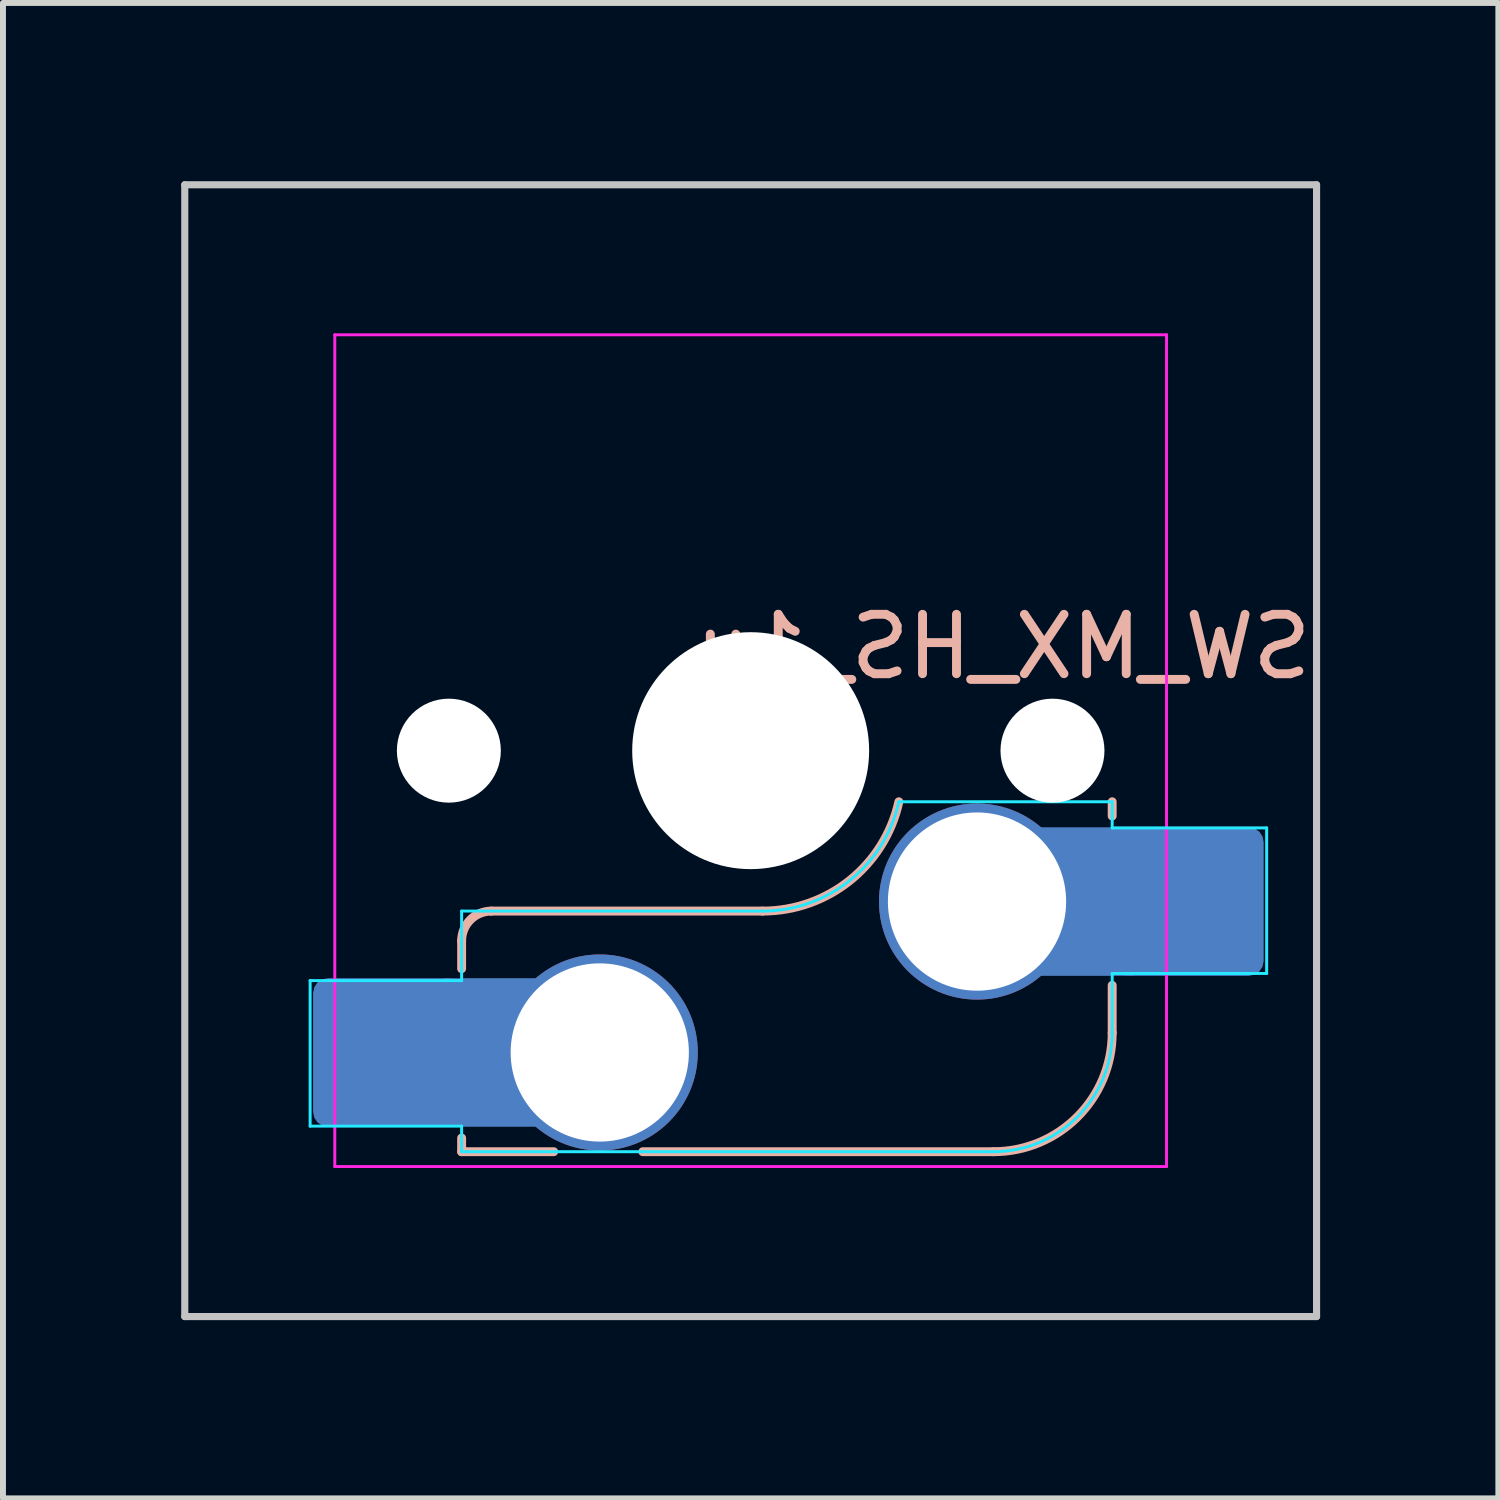
<source format=kicad_pcb>
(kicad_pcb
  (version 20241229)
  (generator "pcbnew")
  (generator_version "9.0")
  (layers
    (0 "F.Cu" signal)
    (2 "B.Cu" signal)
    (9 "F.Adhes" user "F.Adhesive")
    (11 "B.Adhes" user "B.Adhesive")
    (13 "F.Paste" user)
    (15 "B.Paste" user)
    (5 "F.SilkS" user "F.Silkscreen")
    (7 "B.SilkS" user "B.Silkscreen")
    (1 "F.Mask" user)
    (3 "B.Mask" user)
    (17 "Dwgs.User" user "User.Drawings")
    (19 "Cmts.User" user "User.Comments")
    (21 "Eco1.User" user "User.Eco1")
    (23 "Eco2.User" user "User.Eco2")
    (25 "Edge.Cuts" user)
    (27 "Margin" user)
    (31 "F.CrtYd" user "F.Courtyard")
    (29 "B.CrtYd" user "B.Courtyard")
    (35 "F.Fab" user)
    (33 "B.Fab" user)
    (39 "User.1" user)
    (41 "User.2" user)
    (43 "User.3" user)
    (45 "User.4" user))
  (footprint "SW_MX_HS_1u"
    (layer "F.Cu")
    (at 9.585 9.585)
    (property "Reference" "SW_MX_HS_1u" (at 4.25 -1.75 0) (layer "B.SilkS") (effects (font (size 1 1) (thickness 0.15)) (justify mirror)))
    (attr smd)
    (fp_line (start -4.865 3.67) (end -4.865 3.2) (stroke (width 0.15) (type solid)) (layer "B.SilkS"))
    (fp_line (start -4.865 6.75) (end -4.865 6.52) (stroke (width 0.15) (type solid)) (layer "B.SilkS"))
    (fp_line (start -4.365 2.7) (end 0.2 2.7) (stroke (width 0.15) (type solid)) (layer "B.SilkS"))
    (fp_line (start -3.315 6.75) (end -4.865 6.75) (stroke (width 0.15) (type solid)) (layer "B.SilkS"))
    (fp_line (start 4.085 6.75) (end -1.815 6.75) (stroke (width 0.15) (type solid)) (layer "B.SilkS"))
    (fp_line (start 6.085 1.1) (end 6.085 0.86) (stroke (width 0.15) (type solid)) (layer "B.SilkS"))
    (fp_line (start 6.085 3.95) (end 6.085 4.75) (stroke (width 0.15) (type solid)) (layer "B.SilkS"))
    (fp_arc (start -4.864824 3.20022) (mid -4.718377 2.846667) (end -4.364824 2.70022) (stroke (width 0.15) (type solid)) (layer "B.SilkS"))
    (fp_arc (start 2.494322 0.86022) (mid 1.670693 2.183637) (end 0.2 2.70022) (stroke (width 0.15) (type solid)) (layer "B.SilkS"))
    (fp_arc (start 6.085176 4.75022) (mid 5.49939 6.164434) (end 4.085176 6.75022) (stroke (width 0.15) (type solid)) (layer "B.SilkS"))
    (fp_line (start -9.525 -9.525) (end 9.525 -9.525) (stroke (width 0.12) (type solid)) (layer "Dwgs.User"))
    (fp_line (start -9.525 9.525) (end -9.525 -9.525) (stroke (width 0.12) (type solid)) (layer "Dwgs.User"))
    (fp_line (start 9.525 -9.525) (end 9.525 9.525) (stroke (width 0.12) (type solid)) (layer "Dwgs.User"))
    (fp_line (start 9.525 9.525) (end -9.525 9.525) (stroke (width 0.12) (type solid)) (layer "Dwgs.User"))
    (fp_line (start -7 6.5) (end -7 -6.5) (stroke (width 0.05) (type solid)) (layer "Eco2.User"))
    (fp_line (start -6.5 -7) (end 6.5 -7) (stroke (width 0.05) (type solid)) (layer "Eco2.User"))
    (fp_line (start 6.5 7) (end -6.5 7) (stroke (width 0.05) (type solid)) (layer "Eco2.User"))
    (fp_line (start 7 -6.5) (end 7 6.5) (stroke (width 0.05) (type solid)) (layer "Eco2.User"))
    (fp_arc (start -6.997236 -6.498884) (mid -6.850789 -6.852437) (end -6.497236 -6.998884) (stroke (width 0.05) (type solid)) (layer "Eco2.User"))
    (fp_arc (start -6.5 7) (mid -6.853553 6.853553) (end -7 6.5) (stroke (width 0.05) (type solid)) (layer "Eco2.User"))
    (fp_arc (start 6.5 -7) (mid 6.853553 -6.853553) (end 7 -6.5) (stroke (width 0.05) (type solid)) (layer "Eco2.User"))
    (fp_arc (start 7 6.5) (mid 6.853553 6.853553) (end 6.5 7) (stroke (width 0.05) (type solid)) (layer "Eco2.User"))
    (fp_line (start -7.415 3.87) (end -7.415 6.32) (stroke (width 0.05) (type solid)) (layer "B.CrtYd"))
    (fp_line (start -7.415 6.32) (end -4.865 6.32) (stroke (width 0.05) (type solid)) (layer "B.CrtYd"))
    (fp_line (start -4.865 2.7) (end 0.2 2.7) (stroke (width 0.05) (type solid)) (layer "B.CrtYd"))
    (fp_line (start -4.865 3.87) (end -7.415 3.87) (stroke (width 0.05) (type solid)) (layer "B.CrtYd"))
    (fp_line (start -4.865 3.87) (end -4.865 2.7) (stroke (width 0.05) (type solid)) (layer "B.CrtYd"))
    (fp_line (start -4.865 6.75) (end -4.865 6.32) (stroke (width 0.05) (type solid)) (layer "B.CrtYd"))
    (fp_line (start 4.085 6.75) (end -4.865 6.75) (stroke (width 0.05) (type solid)) (layer "B.CrtYd"))
    (fp_line (start 6.085 0.86) (end 2.494 0.86) (stroke (width 0.05) (type solid)) (layer "B.CrtYd"))
    (fp_line (start 6.085 1.3) (end 6.085 0.86) (stroke (width 0.05) (type solid)) (layer "B.CrtYd"))
    (fp_line (start 6.085 3.75) (end 6.085 4.75) (stroke (width 0.05) (type solid)) (layer "B.CrtYd"))
    (fp_line (start 6.085 3.75) (end 8.685 3.75) (stroke (width 0.05) (type solid)) (layer "B.CrtYd"))
    (fp_line (start 8.685 1.3) (end 6.085 1.3) (stroke (width 0.05) (type solid)) (layer "B.CrtYd"))
    (fp_line (start 8.685 3.75) (end 8.685 1.3) (stroke (width 0.05) (type solid)) (layer "B.CrtYd"))
    (fp_arc (start 2.494322 0.86022) (mid 1.670503 2.183399) (end 0.2 2.70022) (stroke (width 0.05) (type solid)) (layer "B.CrtYd"))
    (fp_arc (start 6.085176 4.75022) (mid 5.49939 6.164434) (end 4.085176 6.75022) (stroke (width 0.05) (type solid)) (layer "B.CrtYd"))
    (fp_line (start -7 -7) (end -7 7) (stroke (width 0.05) (type solid)) (layer "F.CrtYd"))
    (fp_line (start -7 7) (end 7 7) (stroke (width 0.05) (type solid)) (layer "F.CrtYd"))
    (fp_line (start 7 -7) (end -7 -7) (stroke (width 0.05) (type solid)) (layer "F.CrtYd"))
    (fp_line (start 7 7) (end 7 -7) (stroke (width 0.05) (type solid)) (layer "F.CrtYd"))
    (pad "" np_thru_hole circle (at -5.08 0 180) (size 1.75 1.75) (drill 1.75) (layers "*.Cu" "*.Mask"))
    (pad "" np_thru_hole circle (at 0 0 180) (size 3.988 3.988) (drill 3.988) (layers "*.Cu" "*.Mask"))
    (pad "" np_thru_hole circle (at 5.08 0 180) (size 1.75 1.75) (drill 1.75) (layers "*.Cu" "*.Mask"))
    (pad "1" thru_hole circle (at 3.81 2.54 180) (size 3.3 3.3) (drill 3) (layers "*.Cu" "*.Mask"))
    (pad "1" smd rect (at 5.635 2.54) (size 1.65 2.5) (layers "B.Cu"))
    (pad "1" smd roundrect (at 7.36 2.54 180) (size 2.55 2.5) (layers "B.Cu" "B.Mask" "B.Paste") (roundrect_rratio 0.1))
    (pad "2" smd roundrect (at -6.09 5.08 180) (size 2.55 2.5) (layers "B.Cu" "B.Mask" "B.Paste") (roundrect_rratio 0.1))
    (pad "2" smd rect (at -4.34 5.08 180) (size 1.65 2.5) (layers "B.Cu"))
    (pad "2" thru_hole circle (at -2.54 5.08 180) (size 3.3 3.3) (drill 3) (layers "*.Cu" "*.Mask")))
  (gr_rect
    (start -3 -3)
    (end 22.17 22.17)
    (stroke (width 0.1) (type default))
    (fill no)
    (layer "Edge.Cuts")))
</source>
